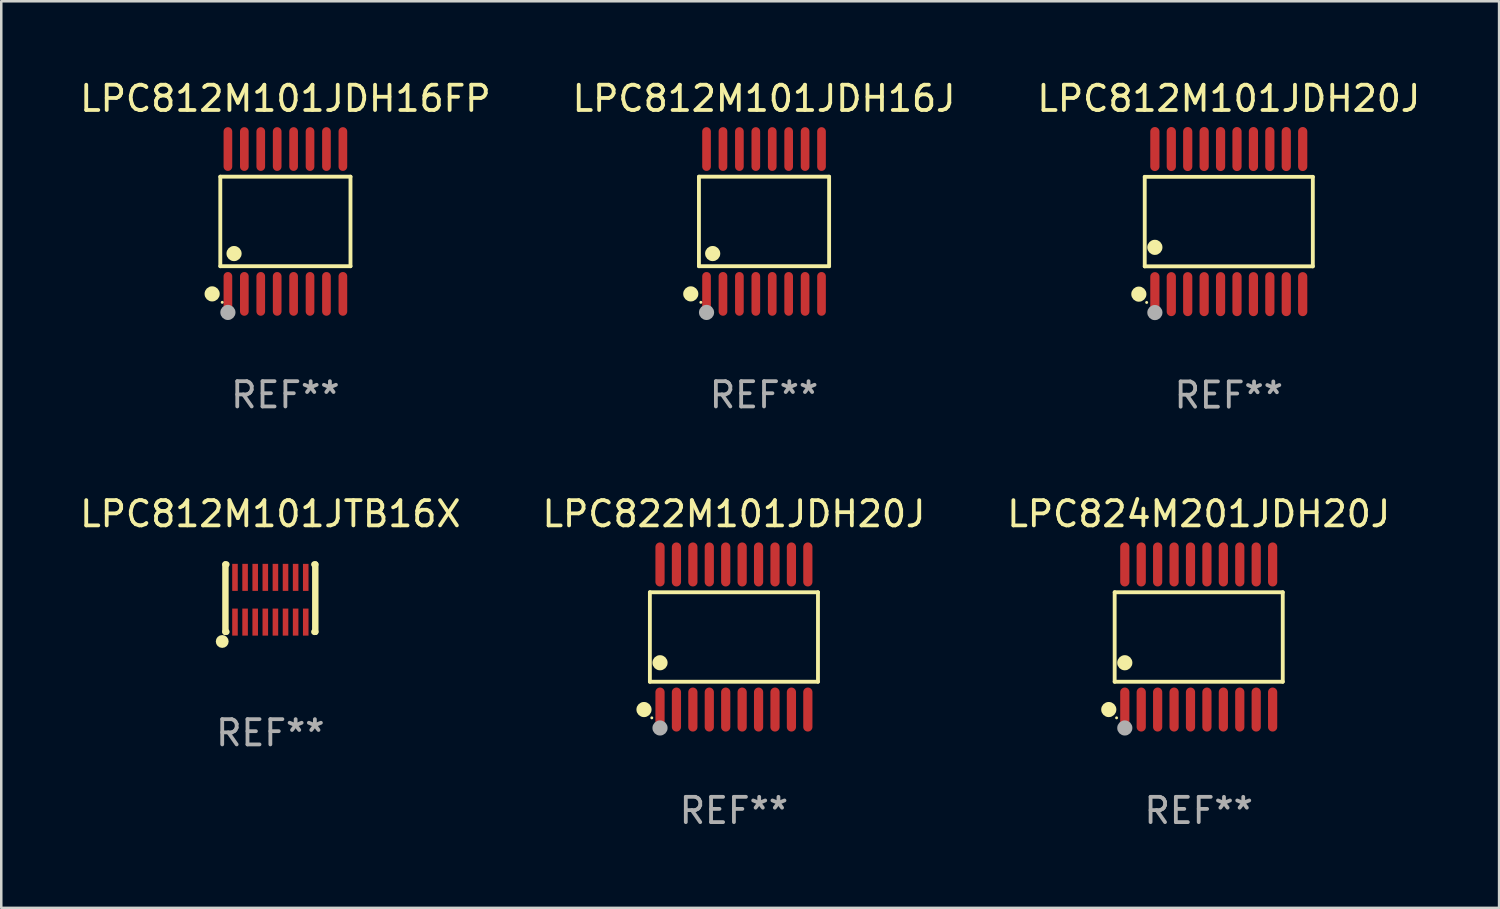
<source format=kicad_pcb>
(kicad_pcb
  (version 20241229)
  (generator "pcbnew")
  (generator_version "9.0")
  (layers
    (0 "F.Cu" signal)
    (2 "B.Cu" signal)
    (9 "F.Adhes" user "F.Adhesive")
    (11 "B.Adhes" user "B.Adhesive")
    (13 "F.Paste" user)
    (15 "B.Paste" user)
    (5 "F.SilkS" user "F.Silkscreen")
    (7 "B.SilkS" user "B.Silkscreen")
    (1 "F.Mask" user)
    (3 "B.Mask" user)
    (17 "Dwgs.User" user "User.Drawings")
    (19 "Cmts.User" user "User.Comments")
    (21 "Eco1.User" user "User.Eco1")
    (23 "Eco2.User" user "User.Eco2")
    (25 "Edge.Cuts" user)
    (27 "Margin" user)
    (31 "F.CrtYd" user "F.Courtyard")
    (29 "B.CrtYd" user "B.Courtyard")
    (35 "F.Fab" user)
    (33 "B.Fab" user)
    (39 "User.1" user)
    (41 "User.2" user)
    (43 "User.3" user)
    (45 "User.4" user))
  (footprint "LPC812M101JTB16X"
    (layer "F.Cu")
    (at 7.649 20.62)
    (property "Reference" "LPC812M101JTB16X" (at 0 -3.334 0) (layer "F.SilkS") (effects (font (size 1 1) (thickness 0.15))))
    (attr through_hole)
    (fp_line (start -1.778 -1.334) (end -1.778 1.334) (stroke (width 0.254) (type solid)) (layer "F.SilkS"))
    (fp_line (start -1.778 1.334) (end -1.741 1.334) (stroke (width 0.254) (type solid)) (layer "F.SilkS"))
    (fp_line (start -1.741 -1.334) (end -1.778 -1.334) (stroke (width 0.254) (type solid)) (layer "F.SilkS"))
    (fp_line (start 1.741 1.334) (end 1.778 1.334) (stroke (width 0.254) (type solid)) (layer "F.SilkS"))
    (fp_line (start 1.778 -1.334) (end 1.741 -1.334) (stroke (width 0.254) (type solid)) (layer "F.SilkS"))
    (fp_line (start 1.778 1.334) (end 1.778 -1.334) (stroke (width 0.254) (type solid)) (layer "F.SilkS"))
    (fp_circle (center -1.905 1.715) (end -1.778 1.715) (stroke (width 0.254) (type solid)) (fill no) (layer "F.SilkS"))
    (fp_text user "REF**" (at 0 5.334 0) (layer "F.Fab") (effects (font (size 1 1) (thickness 0.15))))
    (pad "1" smd rect (at -1.4 0.948) (size 0.22 1.07) (layers "F.Cu" "F.Mask" "F.Paste"))
    (pad "2" smd rect (at -1 0.948) (size 0.22 1.07) (layers "F.Cu" "F.Mask" "F.Paste"))
    (pad "3" smd rect (at -0.6 0.948) (size 0.22 1.07) (layers "F.Cu" "F.Mask" "F.Paste"))
    (pad "4" smd rect (at -0.2 0.948) (size 0.22 1.07) (layers "F.Cu" "F.Mask" "F.Paste"))
    (pad "5" smd rect (at 0.2 0.948) (size 0.22 1.07) (layers "F.Cu" "F.Mask" "F.Paste"))
    (pad "6" smd rect (at 0.6 0.948) (size 0.22 1.07) (layers "F.Cu" "F.Mask" "F.Paste"))
    (pad "7" smd rect (at 1 0.948) (size 0.22 1.07) (layers "F.Cu" "F.Mask" "F.Paste"))
    (pad "8" smd rect (at 1.4 0.948) (size 0.22 1.07) (layers "F.Cu" "F.Mask" "F.Paste"))
    (pad "9" smd rect (at 1.4 -0.821) (size 0.22 1.07) (layers "F.Cu" "F.Mask" "F.Paste"))
    (pad "10" smd rect (at 1 -0.822) (size 0.22 1.07) (layers "F.Cu" "F.Mask" "F.Paste"))
    (pad "11" smd rect (at 0.6 -0.822) (size 0.22 1.07) (layers "F.Cu" "F.Mask" "F.Paste"))
    (pad "12" smd rect (at 0.2 -0.822) (size 0.22 1.07) (layers "F.Cu" "F.Mask" "F.Paste"))
    (pad "13" smd rect (at -0.2 -0.822) (size 0.22 1.07) (layers "F.Cu" "F.Mask" "F.Paste"))
    (pad "14" smd rect (at -0.6 -0.822) (size 0.22 1.07) (layers "F.Cu" "F.Mask" "F.Paste"))
    (pad "15" smd rect (at -1 -0.822) (size 0.22 1.07) (layers "F.Cu" "F.Mask" "F.Paste"))
    (pad "16" smd rect (at -1.4 -0.822) (size 0.22 1.07) (layers "F.Cu" "F.Mask" "F.Paste")))
  (footprint "LPC822M101JDH20J"
    (layer "F.Cu")
    (at 25.994 22.158)
    (property "Reference" "LPC822M101JDH20J" (at 0 -4.871 0) (layer "F.SilkS") (effects (font (size 1 1) (thickness 0.15))))
    (attr through_hole)
    (fp_line (start -3.326 -1.771) (end 3.326 -1.771) (stroke (width 0.152) (type solid)) (layer "F.SilkS"))
    (fp_line (start -3.326 1.771) (end -3.326 -1.771) (stroke (width 0.152) (type solid)) (layer "F.SilkS"))
    (fp_line (start 3.326 -1.771) (end 3.326 1.771) (stroke (width 0.152) (type solid)) (layer "F.SilkS"))
    (fp_line (start 3.326 1.771) (end -3.326 1.771) (stroke (width 0.152) (type solid)) (layer "F.SilkS"))
    (fp_circle (center -3.559 2.871) (end -3.409 2.871) (stroke (width 0.3) (type solid)) (fill no) (layer "F.SilkS"))
    (fp_circle (center -3.25 3.2) (end -3.22 3.2) (stroke (width 0.06) (type solid)) (fill no) (layer "F.SilkS"))
    (fp_circle (center -2.925 1.019) (end -2.775 1.019) (stroke (width 0.3) (type solid)) (fill no) (layer "F.SilkS"))
    (fp_circle (center -2.925 3.6) (end -2.775 3.6) (stroke (width 0.3) (type solid)) (fill no) (layer "F.Fab"))
    (fp_text user "REF**" (at 0 6.871 0) (layer "F.Fab") (effects (font (size 1 1) (thickness 0.15))))
    (pad "1" smd oval (at -2.925 2.871) (size 0.364 1.742) (layers "F.Cu" "F.Mask" "F.Paste"))
    (pad "2" smd oval (at -2.275 2.871) (size 0.364 1.742) (layers "F.Cu" "F.Mask" "F.Paste"))
    (pad "3" smd oval (at -1.625 2.871) (size 0.364 1.742) (layers "F.Cu" "F.Mask" "F.Paste"))
    (pad "4" smd oval (at -0.975 2.871) (size 0.364 1.742) (layers "F.Cu" "F.Mask" "F.Paste"))
    (pad "5" smd oval (at -0.325 2.871) (size 0.364 1.742) (layers "F.Cu" "F.Mask" "F.Paste"))
    (pad "6" smd oval (at 0.325 2.871) (size 0.364 1.742) (layers "F.Cu" "F.Mask" "F.Paste"))
    (pad "7" smd oval (at 0.975 2.871) (size 0.364 1.742) (layers "F.Cu" "F.Mask" "F.Paste"))
    (pad "8" smd oval (at 1.625 2.871) (size 0.364 1.742) (layers "F.Cu" "F.Mask" "F.Paste"))
    (pad "9" smd oval (at 2.275 2.871) (size 0.364 1.742) (layers "F.Cu" "F.Mask" "F.Paste"))
    (pad "10" smd oval (at 2.925 2.871) (size 0.364 1.742) (layers "F.Cu" "F.Mask" "F.Paste"))
    (pad "11" smd oval (at 2.925 -2.871) (size 0.364 1.742) (layers "F.Cu" "F.Mask" "F.Paste"))
    (pad "12" smd oval (at 2.275 -2.871) (size 0.364 1.742) (layers "F.Cu" "F.Mask" "F.Paste"))
    (pad "13" smd oval (at 1.625 -2.871) (size 0.364 1.742) (layers "F.Cu" "F.Mask" "F.Paste"))
    (pad "14" smd oval (at 0.975 -2.871) (size 0.364 1.742) (layers "F.Cu" "F.Mask" "F.Paste"))
    (pad "15" smd oval (at 0.325 -2.871) (size 0.364 1.742) (layers "F.Cu" "F.Mask" "F.Paste"))
    (pad "16" smd oval (at -0.325 -2.871) (size 0.364 1.742) (layers "F.Cu" "F.Mask" "F.Paste"))
    (pad "17" smd oval (at -0.975 -2.871) (size 0.364 1.742) (layers "F.Cu" "F.Mask" "F.Paste"))
    (pad "18" smd oval (at -1.625 -2.871) (size 0.364 1.742) (layers "F.Cu" "F.Mask" "F.Paste"))
    (pad "19" smd oval (at -2.275 -2.871) (size 0.364 1.742) (layers "F.Cu" "F.Mask" "F.Paste"))
    (pad "20" smd oval (at -2.925 -2.871) (size 0.364 1.742) (layers "F.Cu" "F.Mask" "F.Paste")))
  (footprint "LPC812M101JDH16FP"
    (layer "F.Cu")
    (at 8.244 5.714)
    (property "Reference" "LPC812M101JDH16FP" (at 0 -4.866 0) (layer "F.SilkS") (effects (font (size 1 1) (thickness 0.15))))
    (attr through_hole)
    (fp_line (start -2.576 -1.772) (end 2.576 -1.772) (stroke (width 0.152) (type solid)) (layer "F.SilkS"))
    (fp_line (start -2.576 1.771) (end -2.576 -1.772) (stroke (width 0.152) (type solid)) (layer "F.SilkS"))
    (fp_line (start 2.576 -1.772) (end 2.576 1.771) (stroke (width 0.152) (type solid)) (layer "F.SilkS"))
    (fp_line (start 2.576 1.771) (end -2.576 1.771) (stroke (width 0.152) (type solid)) (layer "F.SilkS"))
    (fp_circle (center -2.899 2.866) (end -2.749 2.866) (stroke (width 0.3) (type solid)) (fill no) (layer "F.SilkS"))
    (fp_circle (center -2.5 3.2) (end -2.47 3.2) (stroke (width 0.06) (type solid)) (fill no) (layer "F.SilkS"))
    (fp_circle (center -2.032 1.27) (end -1.882 1.27) (stroke (width 0.3) (type solid)) (fill no) (layer "F.SilkS"))
    (fp_circle (center -2.275 3.6) (end -2.125 3.6) (stroke (width 0.3) (type solid)) (fill no) (layer "F.Fab"))
    (fp_text user "REF**" (at 0 6.866 0) (layer "F.Fab") (effects (font (size 1 1) (thickness 0.15))))
    (pad "1" smd oval (at -2.275 2.866) (size 0.343 1.731) (layers "F.Cu" "F.Mask" "F.Paste"))
    (pad "2" smd oval (at -1.625 2.866) (size 0.343 1.731) (layers "F.Cu" "F.Mask" "F.Paste"))
    (pad "3" smd oval (at -0.975 2.866) (size 0.343 1.731) (layers "F.Cu" "F.Mask" "F.Paste"))
    (pad "4" smd oval (at -0.325 2.866) (size 0.343 1.731) (layers "F.Cu" "F.Mask" "F.Paste"))
    (pad "5" smd oval (at 0.325 2.866) (size 0.343 1.731) (layers "F.Cu" "F.Mask" "F.Paste"))
    (pad "6" smd oval (at 0.975 2.866) (size 0.343 1.731) (layers "F.Cu" "F.Mask" "F.Paste"))
    (pad "7" smd oval (at 1.625 2.866) (size 0.343 1.731) (layers "F.Cu" "F.Mask" "F.Paste"))
    (pad "8" smd oval (at 2.275 2.866) (size 0.343 1.731) (layers "F.Cu" "F.Mask" "F.Paste"))
    (pad "9" smd oval (at 2.275 -2.866) (size 0.343 1.731) (layers "F.Cu" "F.Mask" "F.Paste"))
    (pad "10" smd oval (at 1.625 -2.866) (size 0.343 1.731) (layers "F.Cu" "F.Mask" "F.Paste"))
    (pad "11" smd oval (at 0.975 -2.866) (size 0.343 1.731) (layers "F.Cu" "F.Mask" "F.Paste"))
    (pad "12" smd oval (at 0.325 -2.866) (size 0.343 1.731) (layers "F.Cu" "F.Mask" "F.Paste"))
    (pad "13" smd oval (at -0.325 -2.866) (size 0.343 1.731) (layers "F.Cu" "F.Mask" "F.Paste"))
    (pad "14" smd oval (at -0.975 -2.866) (size 0.343 1.731) (layers "F.Cu" "F.Mask" "F.Paste"))
    (pad "15" smd oval (at -1.625 -2.866) (size 0.343 1.731) (layers "F.Cu" "F.Mask" "F.Paste"))
    (pad "16" smd oval (at -2.275 -2.866) (size 0.343 1.731) (layers "F.Cu" "F.Mask" "F.Paste")))
  (footprint "LPC812M101JDH20J"
    (layer "F.Cu")
    (at 45.577 5.719)
    (property "Reference" "LPC812M101JDH20J" (at 0 -4.871 0) (layer "F.SilkS") (effects (font (size 1 1) (thickness 0.15))))
    (attr through_hole)
    (fp_line (start -3.326 -1.771) (end 3.326 -1.771) (stroke (width 0.152) (type solid)) (layer "F.SilkS"))
    (fp_line (start -3.326 1.771) (end -3.326 -1.771) (stroke (width 0.152) (type solid)) (layer "F.SilkS"))
    (fp_line (start 3.326 -1.771) (end 3.326 1.771) (stroke (width 0.152) (type solid)) (layer "F.SilkS"))
    (fp_line (start 3.326 1.771) (end -3.326 1.771) (stroke (width 0.152) (type solid)) (layer "F.SilkS"))
    (fp_circle (center -3.559 2.871) (end -3.409 2.871) (stroke (width 0.3) (type solid)) (fill no) (layer "F.SilkS"))
    (fp_circle (center -3.25 3.2) (end -3.22 3.2) (stroke (width 0.06) (type solid)) (fill no) (layer "F.SilkS"))
    (fp_circle (center -2.925 1.019) (end -2.775 1.019) (stroke (width 0.3) (type solid)) (fill no) (layer "F.SilkS"))
    (fp_circle (center -2.925 3.6) (end -2.775 3.6) (stroke (width 0.3) (type solid)) (fill no) (layer "F.Fab"))
    (fp_text user "REF**" (at 0 6.871 0) (layer "F.Fab") (effects (font (size 1 1) (thickness 0.15))))
    (pad "1" smd oval (at -2.925 2.871) (size 0.364 1.742) (layers "F.Cu" "F.Mask" "F.Paste"))
    (pad "2" smd oval (at -2.275 2.871) (size 0.364 1.742) (layers "F.Cu" "F.Mask" "F.Paste"))
    (pad "3" smd oval (at -1.625 2.871) (size 0.364 1.742) (layers "F.Cu" "F.Mask" "F.Paste"))
    (pad "4" smd oval (at -0.975 2.871) (size 0.364 1.742) (layers "F.Cu" "F.Mask" "F.Paste"))
    (pad "5" smd oval (at -0.325 2.871) (size 0.364 1.742) (layers "F.Cu" "F.Mask" "F.Paste"))
    (pad "6" smd oval (at 0.325 2.871) (size 0.364 1.742) (layers "F.Cu" "F.Mask" "F.Paste"))
    (pad "7" smd oval (at 0.975 2.871) (size 0.364 1.742) (layers "F.Cu" "F.Mask" "F.Paste"))
    (pad "8" smd oval (at 1.625 2.871) (size 0.364 1.742) (layers "F.Cu" "F.Mask" "F.Paste"))
    (pad "9" smd oval (at 2.275 2.871) (size 0.364 1.742) (layers "F.Cu" "F.Mask" "F.Paste"))
    (pad "10" smd oval (at 2.925 2.871) (size 0.364 1.742) (layers "F.Cu" "F.Mask" "F.Paste"))
    (pad "11" smd oval (at 2.925 -2.871) (size 0.364 1.742) (layers "F.Cu" "F.Mask" "F.Paste"))
    (pad "12" smd oval (at 2.275 -2.871) (size 0.364 1.742) (layers "F.Cu" "F.Mask" "F.Paste"))
    (pad "13" smd oval (at 1.625 -2.871) (size 0.364 1.742) (layers "F.Cu" "F.Mask" "F.Paste"))
    (pad "14" smd oval (at 0.975 -2.871) (size 0.364 1.742) (layers "F.Cu" "F.Mask" "F.Paste"))
    (pad "15" smd oval (at 0.325 -2.871) (size 0.364 1.742) (layers "F.Cu" "F.Mask" "F.Paste"))
    (pad "16" smd oval (at -0.325 -2.871) (size 0.364 1.742) (layers "F.Cu" "F.Mask" "F.Paste"))
    (pad "17" smd oval (at -0.975 -2.871) (size 0.364 1.742) (layers "F.Cu" "F.Mask" "F.Paste"))
    (pad "18" smd oval (at -1.625 -2.871) (size 0.364 1.742) (layers "F.Cu" "F.Mask" "F.Paste"))
    (pad "19" smd oval (at -2.275 -2.871) (size 0.364 1.742) (layers "F.Cu" "F.Mask" "F.Paste"))
    (pad "20" smd oval (at -2.925 -2.871) (size 0.364 1.742) (layers "F.Cu" "F.Mask" "F.Paste")))
  (footprint "LPC824M201JDH20J"
    (layer "F.Cu")
    (at 44.387 22.158)
    (property "Reference" "LPC824M201JDH20J" (at 0 -4.871 0) (layer "F.SilkS") (effects (font (size 1 1) (thickness 0.15))))
    (attr through_hole)
    (fp_line (start -3.326 -1.771) (end 3.326 -1.771) (stroke (width 0.152) (type solid)) (layer "F.SilkS"))
    (fp_line (start -3.326 1.771) (end -3.326 -1.771) (stroke (width 0.152) (type solid)) (layer "F.SilkS"))
    (fp_line (start 3.326 -1.771) (end 3.326 1.771) (stroke (width 0.152) (type solid)) (layer "F.SilkS"))
    (fp_line (start 3.326 1.771) (end -3.326 1.771) (stroke (width 0.152) (type solid)) (layer "F.SilkS"))
    (fp_circle (center -3.559 2.871) (end -3.409 2.871) (stroke (width 0.3) (type solid)) (fill no) (layer "F.SilkS"))
    (fp_circle (center -3.25 3.2) (end -3.22 3.2) (stroke (width 0.06) (type solid)) (fill no) (layer "F.SilkS"))
    (fp_circle (center -2.925 1.019) (end -2.775 1.019) (stroke (width 0.3) (type solid)) (fill no) (layer "F.SilkS"))
    (fp_circle (center -2.925 3.6) (end -2.775 3.6) (stroke (width 0.3) (type solid)) (fill no) (layer "F.Fab"))
    (fp_text user "REF**" (at 0 6.871 0) (layer "F.Fab") (effects (font (size 1 1) (thickness 0.15))))
    (pad "1" smd oval (at -2.925 2.871) (size 0.364 1.742) (layers "F.Cu" "F.Mask" "F.Paste"))
    (pad "2" smd oval (at -2.275 2.871) (size 0.364 1.742) (layers "F.Cu" "F.Mask" "F.Paste"))
    (pad "3" smd oval (at -1.625 2.871) (size 0.364 1.742) (layers "F.Cu" "F.Mask" "F.Paste"))
    (pad "4" smd oval (at -0.975 2.871) (size 0.364 1.742) (layers "F.Cu" "F.Mask" "F.Paste"))
    (pad "5" smd oval (at -0.325 2.871) (size 0.364 1.742) (layers "F.Cu" "F.Mask" "F.Paste"))
    (pad "6" smd oval (at 0.325 2.871) (size 0.364 1.742) (layers "F.Cu" "F.Mask" "F.Paste"))
    (pad "7" smd oval (at 0.975 2.871) (size 0.364 1.742) (layers "F.Cu" "F.Mask" "F.Paste"))
    (pad "8" smd oval (at 1.625 2.871) (size 0.364 1.742) (layers "F.Cu" "F.Mask" "F.Paste"))
    (pad "9" smd oval (at 2.275 2.871) (size 0.364 1.742) (layers "F.Cu" "F.Mask" "F.Paste"))
    (pad "10" smd oval (at 2.925 2.871) (size 0.364 1.742) (layers "F.Cu" "F.Mask" "F.Paste"))
    (pad "11" smd oval (at 2.925 -2.871) (size 0.364 1.742) (layers "F.Cu" "F.Mask" "F.Paste"))
    (pad "12" smd oval (at 2.275 -2.871) (size 0.364 1.742) (layers "F.Cu" "F.Mask" "F.Paste"))
    (pad "13" smd oval (at 1.625 -2.871) (size 0.364 1.742) (layers "F.Cu" "F.Mask" "F.Paste"))
    (pad "14" smd oval (at 0.975 -2.871) (size 0.364 1.742) (layers "F.Cu" "F.Mask" "F.Paste"))
    (pad "15" smd oval (at 0.325 -2.871) (size 0.364 1.742) (layers "F.Cu" "F.Mask" "F.Paste"))
    (pad "16" smd oval (at -0.325 -2.871) (size 0.364 1.742) (layers "F.Cu" "F.Mask" "F.Paste"))
    (pad "17" smd oval (at -0.975 -2.871) (size 0.364 1.742) (layers "F.Cu" "F.Mask" "F.Paste"))
    (pad "18" smd oval (at -1.625 -2.871) (size 0.364 1.742) (layers "F.Cu" "F.Mask" "F.Paste"))
    (pad "19" smd oval (at -2.275 -2.871) (size 0.364 1.742) (layers "F.Cu" "F.Mask" "F.Paste"))
    (pad "20" smd oval (at -2.925 -2.871) (size 0.364 1.742) (layers "F.Cu" "F.Mask" "F.Paste")))
  (footprint "LPC812M101JDH16J"
    (layer "F.Cu")
    (at 27.185 5.714)
    (property "Reference" "LPC812M101JDH16J" (at 0 -4.866 0) (layer "F.SilkS") (effects (font (size 1 1) (thickness 0.15))))
    (attr through_hole)
    (fp_line (start -2.576 -1.772) (end 2.576 -1.772) (stroke (width 0.152) (type solid)) (layer "F.SilkS"))
    (fp_line (start -2.576 1.771) (end -2.576 -1.772) (stroke (width 0.152) (type solid)) (layer "F.SilkS"))
    (fp_line (start 2.576 -1.772) (end 2.576 1.771) (stroke (width 0.152) (type solid)) (layer "F.SilkS"))
    (fp_line (start 2.576 1.771) (end -2.576 1.771) (stroke (width 0.152) (type solid)) (layer "F.SilkS"))
    (fp_circle (center -2.899 2.866) (end -2.749 2.866) (stroke (width 0.3) (type solid)) (fill no) (layer "F.SilkS"))
    (fp_circle (center -2.5 3.2) (end -2.47 3.2) (stroke (width 0.06) (type solid)) (fill no) (layer "F.SilkS"))
    (fp_circle (center -2.032 1.27) (end -1.882 1.27) (stroke (width 0.3) (type solid)) (fill no) (layer "F.SilkS"))
    (fp_circle (center -2.275 3.6) (end -2.125 3.6) (stroke (width 0.3) (type solid)) (fill no) (layer "F.Fab"))
    (fp_text user "REF**" (at 0 6.866 0) (layer "F.Fab") (effects (font (size 1 1) (thickness 0.15))))
    (pad "1" smd oval (at -2.275 2.866) (size 0.343 1.731) (layers "F.Cu" "F.Mask" "F.Paste"))
    (pad "2" smd oval (at -1.625 2.866) (size 0.343 1.731) (layers "F.Cu" "F.Mask" "F.Paste"))
    (pad "3" smd oval (at -0.975 2.866) (size 0.343 1.731) (layers "F.Cu" "F.Mask" "F.Paste"))
    (pad "4" smd oval (at -0.325 2.866) (size 0.343 1.731) (layers "F.Cu" "F.Mask" "F.Paste"))
    (pad "5" smd oval (at 0.325 2.866) (size 0.343 1.731) (layers "F.Cu" "F.Mask" "F.Paste"))
    (pad "6" smd oval (at 0.975 2.866) (size 0.343 1.731) (layers "F.Cu" "F.Mask" "F.Paste"))
    (pad "7" smd oval (at 1.625 2.866) (size 0.343 1.731) (layers "F.Cu" "F.Mask" "F.Paste"))
    (pad "8" smd oval (at 2.275 2.866) (size 0.343 1.731) (layers "F.Cu" "F.Mask" "F.Paste"))
    (pad "9" smd oval (at 2.275 -2.866) (size 0.343 1.731) (layers "F.Cu" "F.Mask" "F.Paste"))
    (pad "10" smd oval (at 1.625 -2.866) (size 0.343 1.731) (layers "F.Cu" "F.Mask" "F.Paste"))
    (pad "11" smd oval (at 0.975 -2.866) (size 0.343 1.731) (layers "F.Cu" "F.Mask" "F.Paste"))
    (pad "12" smd oval (at 0.325 -2.866) (size 0.343 1.731) (layers "F.Cu" "F.Mask" "F.Paste"))
    (pad "13" smd oval (at -0.325 -2.866) (size 0.343 1.731) (layers "F.Cu" "F.Mask" "F.Paste"))
    (pad "14" smd oval (at -0.975 -2.866) (size 0.343 1.731) (layers "F.Cu" "F.Mask" "F.Paste"))
    (pad "15" smd oval (at -1.625 -2.866) (size 0.343 1.731) (layers "F.Cu" "F.Mask" "F.Paste"))
    (pad "16" smd oval (at -2.275 -2.866) (size 0.343 1.731) (layers "F.Cu" "F.Mask" "F.Paste")))
  (gr_rect
    (start -3 -3)
    (end 56.274 32.877)
    (stroke (width 0.1) (type default))
    (fill no)
    (layer "Edge.Cuts")))
</source>
